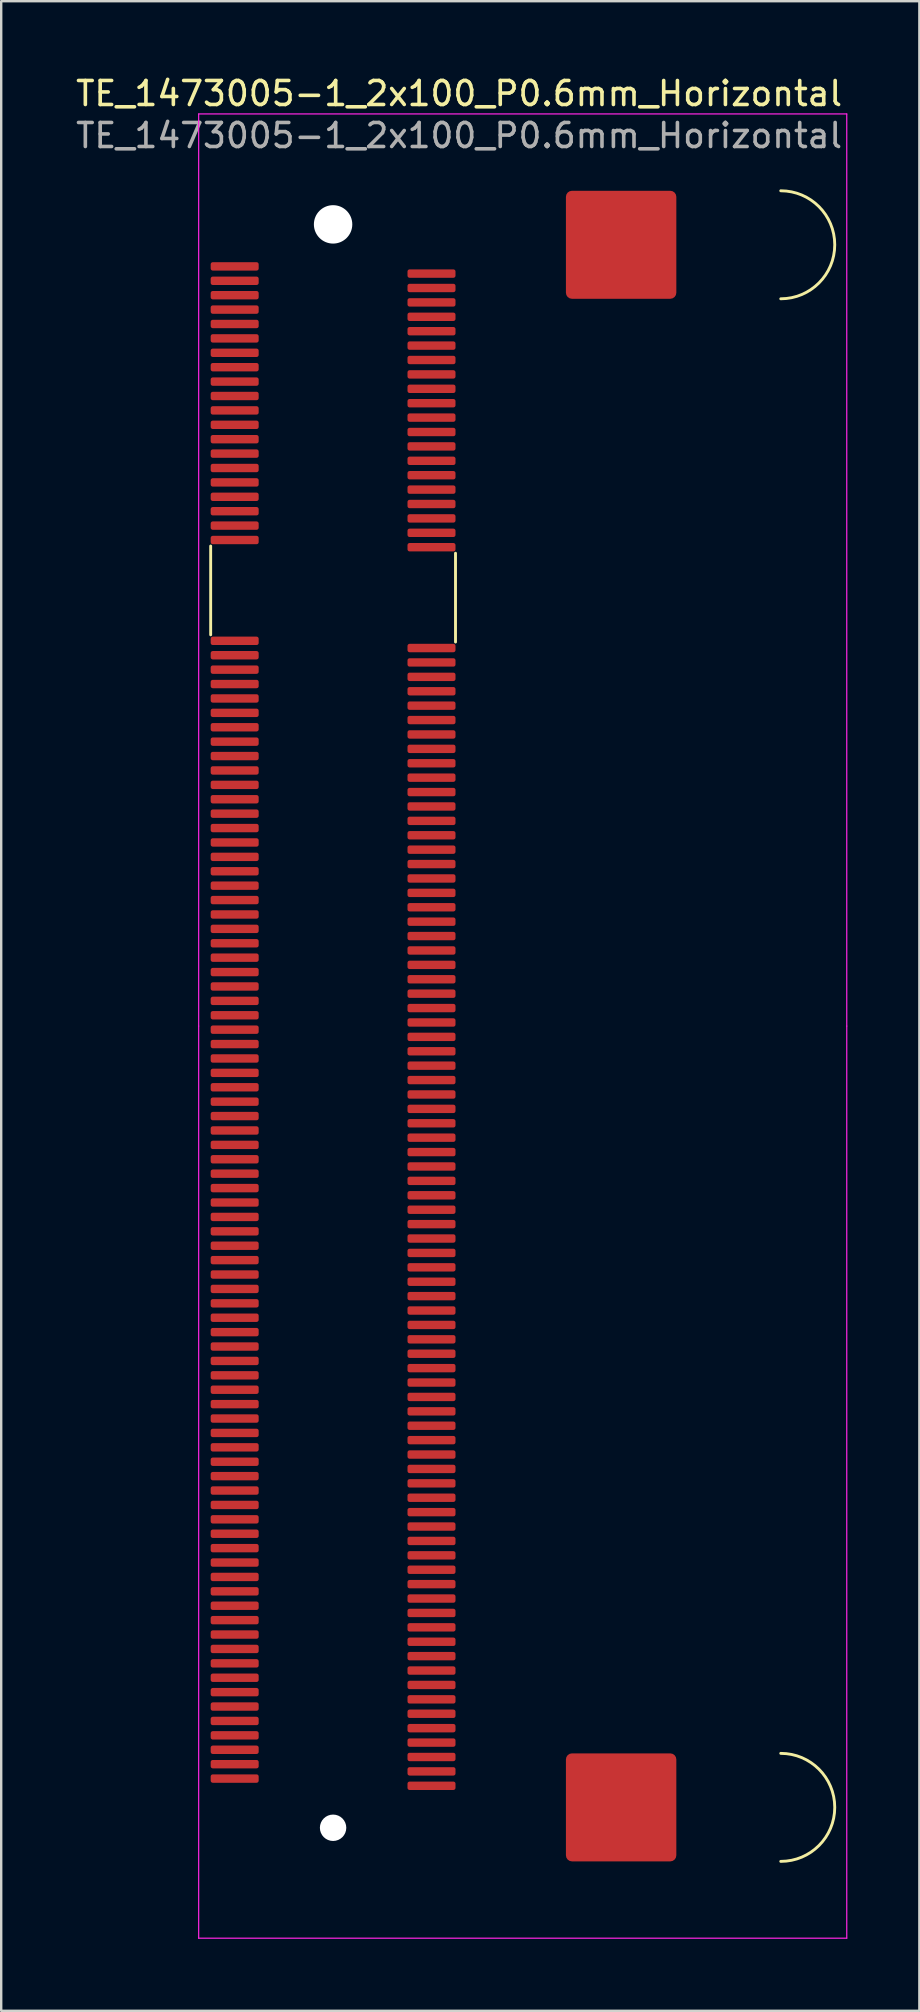
<source format=kicad_pcb>
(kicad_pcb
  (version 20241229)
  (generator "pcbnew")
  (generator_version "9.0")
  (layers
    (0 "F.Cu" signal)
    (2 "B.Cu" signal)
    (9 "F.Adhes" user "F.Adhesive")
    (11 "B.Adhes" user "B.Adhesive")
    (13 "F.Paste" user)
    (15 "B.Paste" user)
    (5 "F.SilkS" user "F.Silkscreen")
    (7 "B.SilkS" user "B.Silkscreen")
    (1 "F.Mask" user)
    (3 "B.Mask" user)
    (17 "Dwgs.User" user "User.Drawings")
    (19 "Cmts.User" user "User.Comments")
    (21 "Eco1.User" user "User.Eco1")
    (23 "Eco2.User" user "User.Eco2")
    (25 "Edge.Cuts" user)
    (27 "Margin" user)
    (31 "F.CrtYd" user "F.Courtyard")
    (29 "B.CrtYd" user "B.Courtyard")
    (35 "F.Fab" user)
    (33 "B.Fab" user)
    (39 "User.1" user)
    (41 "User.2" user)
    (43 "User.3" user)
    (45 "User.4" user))
  (footprint "TE_1473005-1_2x100_P0.6mm_Horizontal"
    (layer "F.Cu")
    (at 10.827 41.348)
    (property "Reference" "TE_1473005-1_2x100_P0.6mm_Horizontal" (at 5.25 -40.5 0) (layer "F.SilkS") (effects (font (size 1 1) (thickness 0.15))))
    (attr through_hole)
    (fp_line (start -5.1 -21.65) (end -5.1 -17.95) (stroke (width 0.12) (type solid)) (layer "F.SilkS"))
    (fp_line (start 5.1 -21.35) (end 5.1 -17.65) (stroke (width 0.12) (type solid)) (layer "F.SilkS"))
    (fp_arc (start 18.65 -36.45) (mid 20.9 -34.2) (end 18.65 -31.95) (stroke (width 0.12) (type solid)) (layer "F.SilkS"))
    (fp_arc (start 18.65 28.65) (mid 20.9 30.9) (end 18.65 33.15) (stroke (width 0.12) (type solid)) (layer "F.SilkS"))
    (fp_line (start -5.6 -39.65) (end -5.6 -1.65) (stroke (width 0.05) (type solid)) (layer "F.CrtYd"))
    (fp_line (start -5.6 -39.65) (end 21.4 -39.65) (stroke (width 0.05) (type solid)) (layer "F.CrtYd"))
    (fp_line (start -5.6 -1.65) (end -5.6 36.35) (stroke (width 0.05) (type solid)) (layer "F.CrtYd"))
    (fp_line (start -5.6 36.35) (end 21.4 36.35) (stroke (width 0.05) (type solid)) (layer "F.CrtYd"))
    (fp_line (start 21.4 -39.65) (end 21.4 -1.65) (stroke (width 0.05) (type solid)) (layer "F.CrtYd"))
    (fp_line (start 21.4 -1.65) (end 21.4 36.35) (stroke (width 0.05) (type solid)) (layer "F.CrtYd"))
    (fp_text user "${REFERENCE}" (at 5.25 -38.75 0) (layer "F.Fab") (effects (font (size 1 1) (thickness 0.15))))
    (pad "" np_thru_hole circle (at 0 -35.05) (size 1.6 1.6) (drill 1.6) (layers "*.Cu" "*.Mask"))
    (pad "" np_thru_hole circle (at 0 31.75) (size 1.1 1.1) (drill 1.1) (layers "*.Cu" "*.Mask"))
    (pad "" smd roundrect (at 12 -34.2) (size 4.6 4.5) (layers "F.Cu" "F.Mask" "F.Paste") (roundrect_rratio 0.056))
    (pad "" smd roundrect (at 12 30.9) (size 4.6 4.5) (layers "F.Cu" "F.Mask" "F.Paste") (roundrect_rratio 0.056))
    (pad "1" smd roundrect (at -4.1 -33.3) (size 2 0.35) (layers "F.Cu" "F.Mask" "F.Paste") (roundrect_rratio 0.25))
    (pad "2" smd roundrect (at 4.1 -33) (size 2 0.35) (layers "F.Cu" "F.Mask" "F.Paste") (roundrect_rratio 0.25))
    (pad "3" smd roundrect (at -4.1 -32.7) (size 2 0.35) (layers "F.Cu" "F.Mask" "F.Paste") (roundrect_rratio 0.25))
    (pad "4" smd roundrect (at 4.1 -32.4) (size 2 0.35) (layers "F.Cu" "F.Mask" "F.Paste") (roundrect_rratio 0.25))
    (pad "5" smd roundrect (at -4.1 -32.1) (size 2 0.35) (layers "F.Cu" "F.Mask" "F.Paste") (roundrect_rratio 0.25))
    (pad "6" smd roundrect (at 4.1 -31.8) (size 2 0.35) (layers "F.Cu" "F.Mask" "F.Paste") (roundrect_rratio 0.25))
    (pad "7" smd roundrect (at -4.1 -31.5) (size 2 0.35) (layers "F.Cu" "F.Mask" "F.Paste") (roundrect_rratio 0.25))
    (pad "8" smd roundrect (at 4.1 -31.2) (size 2 0.35) (layers "F.Cu" "F.Mask" "F.Paste") (roundrect_rratio 0.25))
    (pad "9" smd roundrect (at -4.1 -30.9) (size 2 0.35) (layers "F.Cu" "F.Mask" "F.Paste") (roundrect_rratio 0.25))
    (pad "10" smd roundrect (at 4.1 -30.6) (size 2 0.35) (layers "F.Cu" "F.Mask" "F.Paste") (roundrect_rratio 0.25))
    (pad "11" smd roundrect (at -4.1 -30.3) (size 2 0.35) (layers "F.Cu" "F.Mask" "F.Paste") (roundrect_rratio 0.25))
    (pad "12" smd roundrect (at 4.1 -30) (size 2 0.35) (layers "F.Cu" "F.Mask" "F.Paste") (roundrect_rratio 0.25))
    (pad "13" smd roundrect (at -4.1 -29.7) (size 2 0.35) (layers "F.Cu" "F.Mask" "F.Paste") (roundrect_rratio 0.25))
    (pad "14" smd roundrect (at 4.1 -29.4) (size 2 0.35) (layers "F.Cu" "F.Mask" "F.Paste") (roundrect_rratio 0.25))
    (pad "15" smd roundrect (at -4.1 -29.1) (size 2 0.35) (layers "F.Cu" "F.Mask" "F.Paste") (roundrect_rratio 0.25))
    (pad "16" smd roundrect (at 4.1 -28.8) (size 2 0.35) (layers "F.Cu" "F.Mask" "F.Paste") (roundrect_rratio 0.25))
    (pad "17" smd roundrect (at -4.1 -28.5) (size 2 0.35) (layers "F.Cu" "F.Mask" "F.Paste") (roundrect_rratio 0.25))
    (pad "18" smd roundrect (at 4.1 -28.2) (size 2 0.35) (layers "F.Cu" "F.Mask" "F.Paste") (roundrect_rratio 0.25))
    (pad "19" smd roundrect (at -4.1 -27.9) (size 2 0.35) (layers "F.Cu" "F.Mask" "F.Paste") (roundrect_rratio 0.25))
    (pad "20" smd roundrect (at 4.1 -27.6) (size 2 0.35) (layers "F.Cu" "F.Mask" "F.Paste") (roundrect_rratio 0.25))
    (pad "21" smd roundrect (at -4.1 -27.3) (size 2 0.35) (layers "F.Cu" "F.Mask" "F.Paste") (roundrect_rratio 0.25))
    (pad "22" smd roundrect (at 4.1 -27) (size 2 0.35) (layers "F.Cu" "F.Mask" "F.Paste") (roundrect_rratio 0.25))
    (pad "23" smd roundrect (at -4.1 -26.7) (size 2 0.35) (layers "F.Cu" "F.Mask" "F.Paste") (roundrect_rratio 0.25))
    (pad "24" smd roundrect (at 4.1 -26.4) (size 2 0.35) (layers "F.Cu" "F.Mask" "F.Paste") (roundrect_rratio 0.25))
    (pad "25" smd roundrect (at -4.1 -26.1) (size 2 0.35) (layers "F.Cu" "F.Mask" "F.Paste") (roundrect_rratio 0.25))
    (pad "26" smd roundrect (at 4.1 -25.8) (size 2 0.35) (layers "F.Cu" "F.Mask" "F.Paste") (roundrect_rratio 0.25))
    (pad "27" smd roundrect (at -4.1 -25.5) (size 2 0.35) (layers "F.Cu" "F.Mask" "F.Paste") (roundrect_rratio 0.25))
    (pad "28" smd roundrect (at 4.1 -25.2) (size 2 0.35) (layers "F.Cu" "F.Mask" "F.Paste") (roundrect_rratio 0.25))
    (pad "29" smd roundrect (at -4.1 -24.9) (size 2 0.35) (layers "F.Cu" "F.Mask" "F.Paste") (roundrect_rratio 0.25))
    (pad "30" smd roundrect (at 4.1 -24.6) (size 2 0.35) (layers "F.Cu" "F.Mask" "F.Paste") (roundrect_rratio 0.25))
    (pad "31" smd roundrect (at -4.1 -24.3) (size 2 0.35) (layers "F.Cu" "F.Mask" "F.Paste") (roundrect_rratio 0.25))
    (pad "32" smd roundrect (at 4.1 -24) (size 2 0.35) (layers "F.Cu" "F.Mask" "F.Paste") (roundrect_rratio 0.25))
    (pad "33" smd roundrect (at -4.1 -23.7) (size 2 0.35) (layers "F.Cu" "F.Mask" "F.Paste") (roundrect_rratio 0.25))
    (pad "34" smd roundrect (at 4.1 -23.4) (size 2 0.35) (layers "F.Cu" "F.Mask" "F.Paste") (roundrect_rratio 0.25))
    (pad "35" smd roundrect (at -4.1 -23.1) (size 2 0.35) (layers "F.Cu" "F.Mask" "F.Paste") (roundrect_rratio 0.25))
    (pad "36" smd roundrect (at 4.1 -22.8) (size 2 0.35) (layers "F.Cu" "F.Mask" "F.Paste") (roundrect_rratio 0.25))
    (pad "37" smd roundrect (at -4.1 -22.5) (size 2 0.35) (layers "F.Cu" "F.Mask" "F.Paste") (roundrect_rratio 0.25))
    (pad "38" smd roundrect (at 4.1 -22.2) (size 2 0.35) (layers "F.Cu" "F.Mask" "F.Paste") (roundrect_rratio 0.25))
    (pad "39" smd roundrect (at -4.1 -21.9) (size 2 0.35) (layers "F.Cu" "F.Mask" "F.Paste") (roundrect_rratio 0.25))
    (pad "40" smd roundrect (at 4.1 -21.6) (size 2 0.35) (layers "F.Cu" "F.Mask" "F.Paste") (roundrect_rratio 0.25))
    (pad "41" smd roundrect (at -4.1 -17.7) (size 2 0.35) (layers "F.Cu" "F.Mask" "F.Paste") (roundrect_rratio 0.25))
    (pad "42" smd roundrect (at 4.1 -17.4) (size 2 0.35) (layers "F.Cu" "F.Mask" "F.Paste") (roundrect_rratio 0.25))
    (pad "43" smd roundrect (at -4.1 -17.1) (size 2 0.35) (layers "F.Cu" "F.Mask" "F.Paste") (roundrect_rratio 0.25))
    (pad "44" smd roundrect (at 4.1 -16.8) (size 2 0.35) (layers "F.Cu" "F.Mask" "F.Paste") (roundrect_rratio 0.25))
    (pad "45" smd roundrect (at -4.1 -16.5) (size 2 0.35) (layers "F.Cu" "F.Mask" "F.Paste") (roundrect_rratio 0.25))
    (pad "46" smd roundrect (at 4.1 -16.2) (size 2 0.35) (layers "F.Cu" "F.Mask" "F.Paste") (roundrect_rratio 0.25))
    (pad "47" smd roundrect (at -4.1 -15.9) (size 2 0.35) (layers "F.Cu" "F.Mask" "F.Paste") (roundrect_rratio 0.25))
    (pad "48" smd roundrect (at 4.1 -15.6) (size 2 0.35) (layers "F.Cu" "F.Mask" "F.Paste") (roundrect_rratio 0.25))
    (pad "49" smd roundrect (at -4.1 -15.3) (size 2 0.35) (layers "F.Cu" "F.Mask" "F.Paste") (roundrect_rratio 0.25))
    (pad "50" smd roundrect (at 4.1 -15) (size 2 0.35) (layers "F.Cu" "F.Mask" "F.Paste") (roundrect_rratio 0.25))
    (pad "51" smd roundrect (at -4.1 -14.7) (size 2 0.35) (layers "F.Cu" "F.Mask" "F.Paste") (roundrect_rratio 0.25))
    (pad "52" smd roundrect (at 4.1 -14.4) (size 2 0.35) (layers "F.Cu" "F.Mask" "F.Paste") (roundrect_rratio 0.25))
    (pad "53" smd roundrect (at -4.1 -14.1) (size 2 0.35) (layers "F.Cu" "F.Mask" "F.Paste") (roundrect_rratio 0.25))
    (pad "54" smd roundrect (at 4.1 -13.8) (size 2 0.35) (layers "F.Cu" "F.Mask" "F.Paste") (roundrect_rratio 0.25))
    (pad "55" smd roundrect (at -4.1 -13.5) (size 2 0.35) (layers "F.Cu" "F.Mask" "F.Paste") (roundrect_rratio 0.25))
    (pad "56" smd roundrect (at 4.1 -13.2) (size 2 0.35) (layers "F.Cu" "F.Mask" "F.Paste") (roundrect_rratio 0.25))
    (pad "57" smd roundrect (at -4.1 -12.9) (size 2 0.35) (layers "F.Cu" "F.Mask" "F.Paste") (roundrect_rratio 0.25))
    (pad "58" smd roundrect (at 4.1 -12.6) (size 2 0.35) (layers "F.Cu" "F.Mask" "F.Paste") (roundrect_rratio 0.25))
    (pad "59" smd roundrect (at -4.1 -12.3) (size 2 0.35) (layers "F.Cu" "F.Mask" "F.Paste") (roundrect_rratio 0.25))
    (pad "60" smd roundrect (at 4.1 -12) (size 2 0.35) (layers "F.Cu" "F.Mask" "F.Paste") (roundrect_rratio 0.25))
    (pad "61" smd roundrect (at -4.1 -11.7) (size 2 0.35) (layers "F.Cu" "F.Mask" "F.Paste") (roundrect_rratio 0.25))
    (pad "62" smd roundrect (at 4.1 -11.4) (size 2 0.35) (layers "F.Cu" "F.Mask" "F.Paste") (roundrect_rratio 0.25))
    (pad "63" smd roundrect (at -4.1 -11.1) (size 2 0.35) (layers "F.Cu" "F.Mask" "F.Paste") (roundrect_rratio 0.25))
    (pad "64" smd roundrect (at 4.1 -10.8) (size 2 0.35) (layers "F.Cu" "F.Mask" "F.Paste") (roundrect_rratio 0.25))
    (pad "65" smd roundrect (at -4.1 -10.5) (size 2 0.35) (layers "F.Cu" "F.Mask" "F.Paste") (roundrect_rratio 0.25))
    (pad "66" smd roundrect (at 4.1 -10.2) (size 2 0.35) (layers "F.Cu" "F.Mask" "F.Paste") (roundrect_rratio 0.25))
    (pad "67" smd roundrect (at -4.1 -9.9) (size 2 0.35) (layers "F.Cu" "F.Mask" "F.Paste") (roundrect_rratio 0.25))
    (pad "68" smd roundrect (at 4.1 -9.6) (size 2 0.35) (layers "F.Cu" "F.Mask" "F.Paste") (roundrect_rratio 0.25))
    (pad "69" smd roundrect (at -4.1 -9.3) (size 2 0.35) (layers "F.Cu" "F.Mask" "F.Paste") (roundrect_rratio 0.25))
    (pad "70" smd roundrect (at 4.1 -9) (size 2 0.35) (layers "F.Cu" "F.Mask" "F.Paste") (roundrect_rratio 0.25))
    (pad "71" smd roundrect (at -4.1 -8.7) (size 2 0.35) (layers "F.Cu" "F.Mask" "F.Paste") (roundrect_rratio 0.25))
    (pad "72" smd roundrect (at 4.1 -8.4) (size 2 0.35) (layers "F.Cu" "F.Mask" "F.Paste") (roundrect_rratio 0.25))
    (pad "73" smd roundrect (at -4.1 -8.1) (size 2 0.35) (layers "F.Cu" "F.Mask" "F.Paste") (roundrect_rratio 0.25))
    (pad "74" smd roundrect (at 4.1 -7.8) (size 2 0.35) (layers "F.Cu" "F.Mask" "F.Paste") (roundrect_rratio 0.25))
    (pad "75" smd roundrect (at -4.1 -7.5) (size 2 0.35) (layers "F.Cu" "F.Mask" "F.Paste") (roundrect_rratio 0.25))
    (pad "76" smd roundrect (at 4.1 -7.2) (size 2 0.35) (layers "F.Cu" "F.Mask" "F.Paste") (roundrect_rratio 0.25))
    (pad "77" smd roundrect (at -4.1 -6.9) (size 2 0.35) (layers "F.Cu" "F.Mask" "F.Paste") (roundrect_rratio 0.25))
    (pad "78" smd roundrect (at 4.1 -6.6) (size 2 0.35) (layers "F.Cu" "F.Mask" "F.Paste") (roundrect_rratio 0.25))
    (pad "79" smd roundrect (at -4.1 -6.3) (size 2 0.35) (layers "F.Cu" "F.Mask" "F.Paste") (roundrect_rratio 0.25))
    (pad "80" smd roundrect (at 4.1 -6) (size 2 0.35) (layers "F.Cu" "F.Mask" "F.Paste") (roundrect_rratio 0.25))
    (pad "81" smd roundrect (at -4.1 -5.7) (size 2 0.35) (layers "F.Cu" "F.Mask" "F.Paste") (roundrect_rratio 0.25))
    (pad "82" smd roundrect (at 4.1 -5.4) (size 2 0.35) (layers "F.Cu" "F.Mask" "F.Paste") (roundrect_rratio 0.25))
    (pad "83" smd roundrect (at -4.1 -5.1) (size 2 0.35) (layers "F.Cu" "F.Mask" "F.Paste") (roundrect_rratio 0.25))
    (pad "84" smd roundrect (at 4.1 -4.8) (size 2 0.35) (layers "F.Cu" "F.Mask" "F.Paste") (roundrect_rratio 0.25))
    (pad "85" smd roundrect (at -4.1 -4.5) (size 2 0.35) (layers "F.Cu" "F.Mask" "F.Paste") (roundrect_rratio 0.25))
    (pad "86" smd roundrect (at 4.1 -4.2) (size 2 0.35) (layers "F.Cu" "F.Mask" "F.Paste") (roundrect_rratio 0.25))
    (pad "87" smd roundrect (at -4.1 -3.9) (size 2 0.35) (layers "F.Cu" "F.Mask" "F.Paste") (roundrect_rratio 0.25))
    (pad "88" smd roundrect (at 4.1 -3.6) (size 2 0.35) (layers "F.Cu" "F.Mask" "F.Paste") (roundrect_rratio 0.25))
    (pad "89" smd roundrect (at -4.1 -3.3) (size 2 0.35) (layers "F.Cu" "F.Mask" "F.Paste") (roundrect_rratio 0.25))
    (pad "90" smd roundrect (at 4.1 -3) (size 2 0.35) (layers "F.Cu" "F.Mask" "F.Paste") (roundrect_rratio 0.25))
    (pad "91" smd roundrect (at -4.1 -2.7) (size 2 0.35) (layers "F.Cu" "F.Mask" "F.Paste") (roundrect_rratio 0.25))
    (pad "92" smd roundrect (at 4.1 -2.4) (size 2 0.35) (layers "F.Cu" "F.Mask" "F.Paste") (roundrect_rratio 0.25))
    (pad "93" smd roundrect (at -4.1 -2.1) (size 2 0.35) (layers "F.Cu" "F.Mask" "F.Paste") (roundrect_rratio 0.25))
    (pad "94" smd roundrect (at 4.1 -1.8) (size 2 0.35) (layers "F.Cu" "F.Mask" "F.Paste") (roundrect_rratio 0.25))
    (pad "95" smd roundrect (at -4.1 -1.5) (size 2 0.35) (layers "F.Cu" "F.Mask" "F.Paste") (roundrect_rratio 0.25))
    (pad "96" smd roundrect (at 4.1 -1.2) (size 2 0.35) (layers "F.Cu" "F.Mask" "F.Paste") (roundrect_rratio 0.25))
    (pad "97" smd roundrect (at -4.1 -0.9) (size 2 0.35) (layers "F.Cu" "F.Mask" "F.Paste") (roundrect_rratio 0.25))
    (pad "98" smd roundrect (at 4.1 -0.6) (size 2 0.35) (layers "F.Cu" "F.Mask" "F.Paste") (roundrect_rratio 0.25))
    (pad "99" smd roundrect (at -4.1 -0.3) (size 2 0.35) (layers "F.Cu" "F.Mask" "F.Paste") (roundrect_rratio 0.25))
    (pad "100" smd roundrect (at 4.1 0) (size 2 0.35) (layers "F.Cu" "F.Mask" "F.Paste") (roundrect_rratio 0.25))
    (pad "101" smd roundrect (at -4.1 0.3) (size 2 0.35) (layers "F.Cu" "F.Mask" "F.Paste") (roundrect_rratio 0.25))
    (pad "102" smd roundrect (at 4.1 0.6) (size 2 0.35) (layers "F.Cu" "F.Mask" "F.Paste") (roundrect_rratio 0.25))
    (pad "103" smd roundrect (at -4.1 0.9) (size 2 0.35) (layers "F.Cu" "F.Mask" "F.Paste") (roundrect_rratio 0.25))
    (pad "104" smd roundrect (at 4.1 1.2) (size 2 0.35) (layers "F.Cu" "F.Mask" "F.Paste") (roundrect_rratio 0.25))
    (pad "105" smd roundrect (at -4.1 1.5) (size 2 0.35) (layers "F.Cu" "F.Mask" "F.Paste") (roundrect_rratio 0.25))
    (pad "106" smd roundrect (at 4.1 1.8) (size 2 0.35) (layers "F.Cu" "F.Mask" "F.Paste") (roundrect_rratio 0.25))
    (pad "107" smd roundrect (at -4.1 2.1) (size 2 0.35) (layers "F.Cu" "F.Mask" "F.Paste") (roundrect_rratio 0.25))
    (pad "108" smd roundrect (at 4.1 2.4) (size 2 0.35) (layers "F.Cu" "F.Mask" "F.Paste") (roundrect_rratio 0.25))
    (pad "109" smd roundrect (at -4.1 2.7) (size 2 0.35) (layers "F.Cu" "F.Mask" "F.Paste") (roundrect_rratio 0.25))
    (pad "110" smd roundrect (at 4.1 3) (size 2 0.35) (layers "F.Cu" "F.Mask" "F.Paste") (roundrect_rratio 0.25))
    (pad "111" smd roundrect (at -4.1 3.3) (size 2 0.35) (layers "F.Cu" "F.Mask" "F.Paste") (roundrect_rratio 0.25))
    (pad "112" smd roundrect (at 4.1 3.6) (size 2 0.35) (layers "F.Cu" "F.Mask" "F.Paste") (roundrect_rratio 0.25))
    (pad "113" smd roundrect (at -4.1 3.9) (size 2 0.35) (layers "F.Cu" "F.Mask" "F.Paste") (roundrect_rratio 0.25))
    (pad "114" smd roundrect (at 4.1 4.2) (size 2 0.35) (layers "F.Cu" "F.Mask" "F.Paste") (roundrect_rratio 0.25))
    (pad "115" smd roundrect (at -4.1 4.5) (size 2 0.35) (layers "F.Cu" "F.Mask" "F.Paste") (roundrect_rratio 0.25))
    (pad "116" smd roundrect (at 4.1 4.8) (size 2 0.35) (layers "F.Cu" "F.Mask" "F.Paste") (roundrect_rratio 0.25))
    (pad "117" smd roundrect (at -4.1 5.1) (size 2 0.35) (layers "F.Cu" "F.Mask" "F.Paste") (roundrect_rratio 0.25))
    (pad "118" smd roundrect (at 4.1 5.4) (size 2 0.35) (layers "F.Cu" "F.Mask" "F.Paste") (roundrect_rratio 0.25))
    (pad "119" smd roundrect (at -4.1 5.7) (size 2 0.35) (layers "F.Cu" "F.Mask" "F.Paste") (roundrect_rratio 0.25))
    (pad "120" smd roundrect (at 4.1 6) (size 2 0.35) (layers "F.Cu" "F.Mask" "F.Paste") (roundrect_rratio 0.25))
    (pad "121" smd roundrect (at -4.1 6.3) (size 2 0.35) (layers "F.Cu" "F.Mask" "F.Paste") (roundrect_rratio 0.25))
    (pad "122" smd roundrect (at 4.1 6.6) (size 2 0.35) (layers "F.Cu" "F.Mask" "F.Paste") (roundrect_rratio 0.25))
    (pad "123" smd roundrect (at -4.1 6.9) (size 2 0.35) (layers "F.Cu" "F.Mask" "F.Paste") (roundrect_rratio 0.25))
    (pad "124" smd roundrect (at 4.1 7.2) (size 2 0.35) (layers "F.Cu" "F.Mask" "F.Paste") (roundrect_rratio 0.25))
    (pad "125" smd roundrect (at -4.1 7.5) (size 2 0.35) (layers "F.Cu" "F.Mask" "F.Paste") (roundrect_rratio 0.25))
    (pad "126" smd roundrect (at 4.1 7.8) (size 2 0.35) (layers "F.Cu" "F.Mask" "F.Paste") (roundrect_rratio 0.25))
    (pad "127" smd roundrect (at -4.1 8.1) (size 2 0.35) (layers "F.Cu" "F.Mask" "F.Paste") (roundrect_rratio 0.25))
    (pad "128" smd roundrect (at 4.1 8.4) (size 2 0.35) (layers "F.Cu" "F.Mask" "F.Paste") (roundrect_rratio 0.25))
    (pad "129" smd roundrect (at -4.1 8.7) (size 2 0.35) (layers "F.Cu" "F.Mask" "F.Paste") (roundrect_rratio 0.25))
    (pad "130" smd roundrect (at 4.1 9) (size 2 0.35) (layers "F.Cu" "F.Mask" "F.Paste") (roundrect_rratio 0.25))
    (pad "131" smd roundrect (at -4.1 9.3) (size 2 0.35) (layers "F.Cu" "F.Mask" "F.Paste") (roundrect_rratio 0.25))
    (pad "132" smd roundrect (at 4.1 9.6) (size 2 0.35) (layers "F.Cu" "F.Mask" "F.Paste") (roundrect_rratio 0.25))
    (pad "133" smd roundrect (at -4.1 9.9) (size 2 0.35) (layers "F.Cu" "F.Mask" "F.Paste") (roundrect_rratio 0.25))
    (pad "134" smd roundrect (at 4.1 10.2) (size 2 0.35) (layers "F.Cu" "F.Mask" "F.Paste") (roundrect_rratio 0.25))
    (pad "135" smd roundrect (at -4.1 10.5) (size 2 0.35) (layers "F.Cu" "F.Mask" "F.Paste") (roundrect_rratio 0.25))
    (pad "136" smd roundrect (at 4.1 10.8) (size 2 0.35) (layers "F.Cu" "F.Mask" "F.Paste") (roundrect_rratio 0.25))
    (pad "137" smd roundrect (at -4.1 11.1) (size 2 0.35) (layers "F.Cu" "F.Mask" "F.Paste") (roundrect_rratio 0.25))
    (pad "138" smd roundrect (at 4.1 11.4) (size 2 0.35) (layers "F.Cu" "F.Mask" "F.Paste") (roundrect_rratio 0.25))
    (pad "139" smd roundrect (at -4.1 11.7) (size 2 0.35) (layers "F.Cu" "F.Mask" "F.Paste") (roundrect_rratio 0.25))
    (pad "140" smd roundrect (at 4.1 12) (size 2 0.35) (layers "F.Cu" "F.Mask" "F.Paste") (roundrect_rratio 0.25))
    (pad "141" smd roundrect (at -4.1 12.3) (size 2 0.35) (layers "F.Cu" "F.Mask" "F.Paste") (roundrect_rratio 0.25))
    (pad "142" smd roundrect (at 4.1 12.6) (size 2 0.35) (layers "F.Cu" "F.Mask" "F.Paste") (roundrect_rratio 0.25))
    (pad "143" smd roundrect (at -4.1 12.9) (size 2 0.35) (layers "F.Cu" "F.Mask" "F.Paste") (roundrect_rratio 0.25))
    (pad "144" smd roundrect (at 4.1 13.2) (size 2 0.35) (layers "F.Cu" "F.Mask" "F.Paste") (roundrect_rratio 0.25))
    (pad "145" smd roundrect (at -4.1 13.5) (size 2 0.35) (layers "F.Cu" "F.Mask" "F.Paste") (roundrect_rratio 0.25))
    (pad "146" smd roundrect (at 4.1 13.8) (size 2 0.35) (layers "F.Cu" "F.Mask" "F.Paste") (roundrect_rratio 0.25))
    (pad "147" smd roundrect (at -4.1 14.1) (size 2 0.35) (layers "F.Cu" "F.Mask" "F.Paste") (roundrect_rratio 0.25))
    (pad "148" smd roundrect (at 4.1 14.4) (size 2 0.35) (layers "F.Cu" "F.Mask" "F.Paste") (roundrect_rratio 0.25))
    (pad "149" smd roundrect (at -4.1 14.7) (size 2 0.35) (layers "F.Cu" "F.Mask" "F.Paste") (roundrect_rratio 0.25))
    (pad "150" smd roundrect (at 4.1 15) (size 2 0.35) (layers "F.Cu" "F.Mask" "F.Paste") (roundrect_rratio 0.25))
    (pad "151" smd roundrect (at -4.1 15.3) (size 2 0.35) (layers "F.Cu" "F.Mask" "F.Paste") (roundrect_rratio 0.25))
    (pad "152" smd roundrect (at 4.1 15.6) (size 2 0.35) (layers "F.Cu" "F.Mask" "F.Paste") (roundrect_rratio 0.25))
    (pad "153" smd roundrect (at -4.1 15.9) (size 2 0.35) (layers "F.Cu" "F.Mask" "F.Paste") (roundrect_rratio 0.25))
    (pad "154" smd roundrect (at 4.1 16.2) (size 2 0.35) (layers "F.Cu" "F.Mask" "F.Paste") (roundrect_rratio 0.25))
    (pad "155" smd roundrect (at -4.1 16.5) (size 2 0.35) (layers "F.Cu" "F.Mask" "F.Paste") (roundrect_rratio 0.25))
    (pad "156" smd roundrect (at 4.1 16.8) (size 2 0.35) (layers "F.Cu" "F.Mask" "F.Paste") (roundrect_rratio 0.25))
    (pad "157" smd roundrect (at -4.1 17.1) (size 2 0.35) (layers "F.Cu" "F.Mask" "F.Paste") (roundrect_rratio 0.25))
    (pad "158" smd roundrect (at 4.1 17.4) (size 2 0.35) (layers "F.Cu" "F.Mask" "F.Paste") (roundrect_rratio 0.25))
    (pad "159" smd roundrect (at -4.1 17.7) (size 2 0.35) (layers "F.Cu" "F.Mask" "F.Paste") (roundrect_rratio 0.25))
    (pad "160" smd roundrect (at 4.1 18) (size 2 0.35) (layers "F.Cu" "F.Mask" "F.Paste") (roundrect_rratio 0.25))
    (pad "161" smd roundrect (at -4.1 18.3) (size 2 0.35) (layers "F.Cu" "F.Mask" "F.Paste") (roundrect_rratio 0.25))
    (pad "162" smd roundrect (at 4.1 18.6) (size 2 0.35) (layers "F.Cu" "F.Mask" "F.Paste") (roundrect_rratio 0.25))
    (pad "163" smd roundrect (at -4.1 18.9) (size 2 0.35) (layers "F.Cu" "F.Mask" "F.Paste") (roundrect_rratio 0.25))
    (pad "164" smd roundrect (at 4.1 19.2) (size 2 0.35) (layers "F.Cu" "F.Mask" "F.Paste") (roundrect_rratio 0.25))
    (pad "165" smd roundrect (at -4.1 19.5) (size 2 0.35) (layers "F.Cu" "F.Mask" "F.Paste") (roundrect_rratio 0.25))
    (pad "166" smd roundrect (at 4.1 19.8) (size 2 0.35) (layers "F.Cu" "F.Mask" "F.Paste") (roundrect_rratio 0.25))
    (pad "167" smd roundrect (at -4.1 20.1) (size 2 0.35) (layers "F.Cu" "F.Mask" "F.Paste") (roundrect_rratio 0.25))
    (pad "168" smd roundrect (at 4.1 20.4) (size 2 0.35) (layers "F.Cu" "F.Mask" "F.Paste") (roundrect_rratio 0.25))
    (pad "169" smd roundrect (at -4.1 20.7) (size 2 0.35) (layers "F.Cu" "F.Mask" "F.Paste") (roundrect_rratio 0.25))
    (pad "170" smd roundrect (at 4.1 21) (size 2 0.35) (layers "F.Cu" "F.Mask" "F.Paste") (roundrect_rratio 0.25))
    (pad "171" smd roundrect (at -4.1 21.3) (size 2 0.35) (layers "F.Cu" "F.Mask" "F.Paste") (roundrect_rratio 0.25))
    (pad "172" smd roundrect (at 4.1 21.6) (size 2 0.35) (layers "F.Cu" "F.Mask" "F.Paste") (roundrect_rratio 0.25))
    (pad "173" smd roundrect (at -4.1 21.9) (size 2 0.35) (layers "F.Cu" "F.Mask" "F.Paste") (roundrect_rratio 0.25))
    (pad "174" smd roundrect (at 4.1 22.2) (size 2 0.35) (layers "F.Cu" "F.Mask" "F.Paste") (roundrect_rratio 0.25))
    (pad "175" smd roundrect (at -4.1 22.5) (size 2 0.35) (layers "F.Cu" "F.Mask" "F.Paste") (roundrect_rratio 0.25))
    (pad "176" smd roundrect (at 4.1 22.8) (size 2 0.35) (layers "F.Cu" "F.Mask" "F.Paste") (roundrect_rratio 0.25))
    (pad "177" smd roundrect (at -4.1 23.1) (size 2 0.35) (layers "F.Cu" "F.Mask" "F.Paste") (roundrect_rratio 0.25))
    (pad "178" smd roundrect (at 4.1 23.4) (size 2 0.35) (layers "F.Cu" "F.Mask" "F.Paste") (roundrect_rratio 0.25))
    (pad "179" smd roundrect (at -4.1 23.7) (size 2 0.35) (layers "F.Cu" "F.Mask" "F.Paste") (roundrect_rratio 0.25))
    (pad "180" smd roundrect (at 4.1 24) (size 2 0.35) (layers "F.Cu" "F.Mask" "F.Paste") (roundrect_rratio 0.25))
    (pad "181" smd roundrect (at -4.1 24.3) (size 2 0.35) (layers "F.Cu" "F.Mask" "F.Paste") (roundrect_rratio 0.25))
    (pad "182" smd roundrect (at 4.1 24.6) (size 2 0.35) (layers "F.Cu" "F.Mask" "F.Paste") (roundrect_rratio 0.25))
    (pad "183" smd roundrect (at -4.1 24.9) (size 2 0.35) (layers "F.Cu" "F.Mask" "F.Paste") (roundrect_rratio 0.25))
    (pad "184" smd roundrect (at 4.1 25.2) (size 2 0.35) (layers "F.Cu" "F.Mask" "F.Paste") (roundrect_rratio 0.25))
    (pad "185" smd roundrect (at -4.1 25.5) (size 2 0.35) (layers "F.Cu" "F.Mask" "F.Paste") (roundrect_rratio 0.25))
    (pad "186" smd roundrect (at 4.1 25.8) (size 2 0.35) (layers "F.Cu" "F.Mask" "F.Paste") (roundrect_rratio 0.25))
    (pad "187" smd roundrect (at -4.1 26.1) (size 2 0.35) (layers "F.Cu" "F.Mask" "F.Paste") (roundrect_rratio 0.25))
    (pad "188" smd roundrect (at 4.1 26.4) (size 2 0.35) (layers "F.Cu" "F.Mask" "F.Paste") (roundrect_rratio 0.25))
    (pad "189" smd roundrect (at -4.1 26.7) (size 2 0.35) (layers "F.Cu" "F.Mask" "F.Paste") (roundrect_rratio 0.25))
    (pad "190" smd roundrect (at 4.1 27) (size 2 0.35) (layers "F.Cu" "F.Mask" "F.Paste") (roundrect_rratio 0.25))
    (pad "191" smd roundrect (at -4.1 27.3) (size 2 0.35) (layers "F.Cu" "F.Mask" "F.Paste") (roundrect_rratio 0.25))
    (pad "192" smd roundrect (at 4.1 27.6) (size 2 0.35) (layers "F.Cu" "F.Mask" "F.Paste") (roundrect_rratio 0.25))
    (pad "193" smd roundrect (at -4.1 27.9) (size 2 0.35) (layers "F.Cu" "F.Mask" "F.Paste") (roundrect_rratio 0.25))
    (pad "194" smd roundrect (at 4.1 28.2) (size 2 0.35) (layers "F.Cu" "F.Mask" "F.Paste") (roundrect_rratio 0.25))
    (pad "195" smd roundrect (at -4.1 28.5) (size 2 0.35) (layers "F.Cu" "F.Mask" "F.Paste") (roundrect_rratio 0.25))
    (pad "196" smd roundrect (at 4.1 28.8) (size 2 0.35) (layers "F.Cu" "F.Mask" "F.Paste") (roundrect_rratio 0.25))
    (pad "197" smd roundrect (at -4.1 29.1) (size 2 0.35) (layers "F.Cu" "F.Mask" "F.Paste") (roundrect_rratio 0.25))
    (pad "198" smd roundrect (at 4.1 29.4) (size 2 0.35) (layers "F.Cu" "F.Mask" "F.Paste") (roundrect_rratio 0.25))
    (pad "199" smd roundrect (at -4.1 29.7) (size 2 0.35) (layers "F.Cu" "F.Mask" "F.Paste") (roundrect_rratio 0.25))
    (pad "200" smd roundrect (at 4.1 30) (size 2 0.35) (layers "F.Cu" "F.Mask" "F.Paste") (roundrect_rratio 0.25)))
  (gr_rect
    (start -3 -3)
    (end 35.252 80.723)
    (stroke (width 0.1) (type default))
    (fill no)
    (layer "Edge.Cuts")))
</source>
